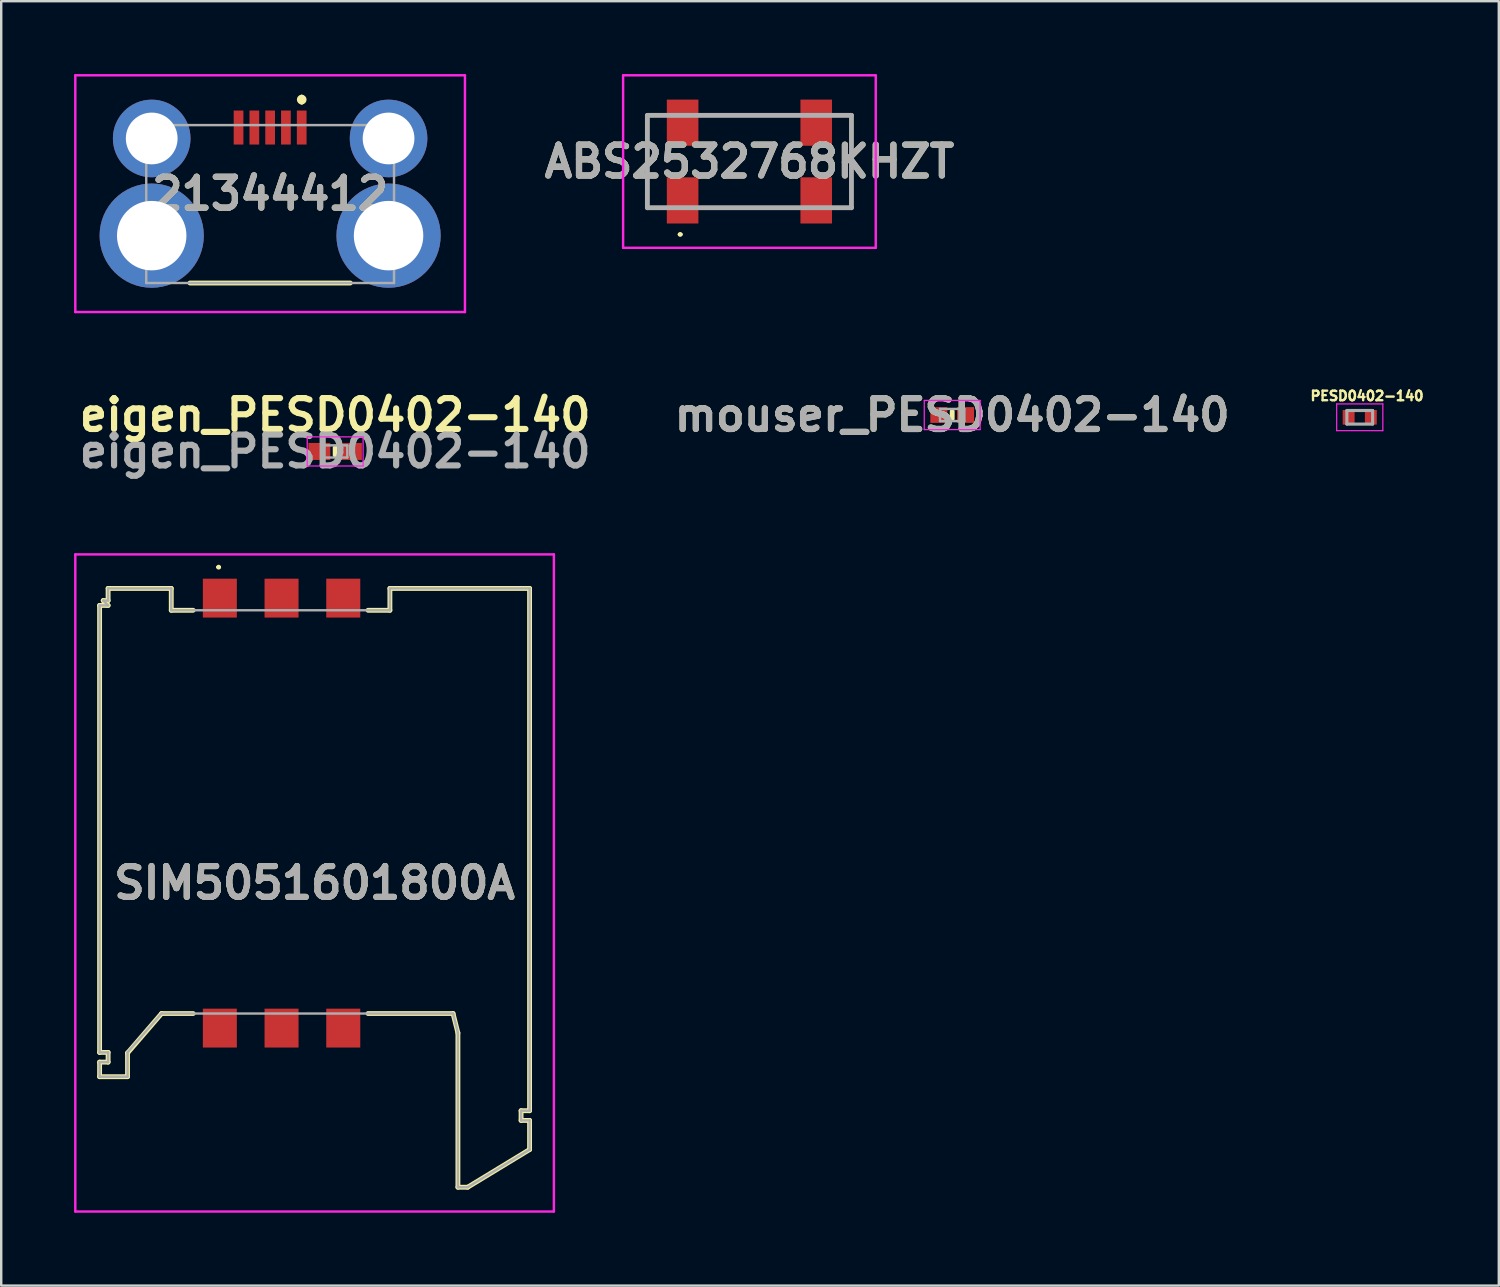
<source format=kicad_pcb>
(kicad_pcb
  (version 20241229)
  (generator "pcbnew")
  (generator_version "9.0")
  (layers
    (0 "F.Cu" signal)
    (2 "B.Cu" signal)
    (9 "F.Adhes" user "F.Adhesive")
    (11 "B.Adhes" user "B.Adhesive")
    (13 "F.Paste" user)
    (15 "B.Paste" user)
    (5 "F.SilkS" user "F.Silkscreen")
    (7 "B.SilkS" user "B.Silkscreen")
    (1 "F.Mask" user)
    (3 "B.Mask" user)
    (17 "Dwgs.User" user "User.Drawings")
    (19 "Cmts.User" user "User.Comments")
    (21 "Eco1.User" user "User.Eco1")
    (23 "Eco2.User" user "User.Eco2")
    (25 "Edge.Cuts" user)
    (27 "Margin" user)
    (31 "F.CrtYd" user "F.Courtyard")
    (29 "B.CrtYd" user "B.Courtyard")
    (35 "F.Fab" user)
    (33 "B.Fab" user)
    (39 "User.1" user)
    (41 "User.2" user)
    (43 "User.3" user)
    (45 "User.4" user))
  (footprint "eigen_PESD0402-140"
    (layer "F.Cu")
    (at 10.747 15.534)
    (property "Reference" "eigen_PESD0402-140" (at 0 -1.5 0) (layer "F.SilkS") (effects (font (size 1.27 1.27) (thickness 0.254))))
    (attr smd)
    (fp_line (start 0 -0.15) (end 0 0.15) (stroke (width 0.2) (type solid)) (layer "F.SilkS"))
    (fp_line (start -1.15 -0.6) (end 1.15 -0.6) (stroke (width 0.05) (type solid)) (layer "F.CrtYd"))
    (fp_line (start -1.15 0.6) (end -1.15 -0.6) (stroke (width 0.05) (type solid)) (layer "F.CrtYd"))
    (fp_line (start 1.15 -0.6) (end 1.15 0.6) (stroke (width 0.05) (type solid)) (layer "F.CrtYd"))
    (fp_line (start 1.15 0.6) (end -1.15 0.6) (stroke (width 0.05) (type solid)) (layer "F.CrtYd"))
    (fp_line (start -0.5 -0.25) (end 0.5 -0.25) (stroke (width 0.1) (type solid)) (layer "F.Fab"))
    (fp_line (start -0.5 0.25) (end -0.5 -0.25) (stroke (width 0.1) (type solid)) (layer "F.Fab"))
    (fp_line (start 0.5 -0.25) (end 0.5 0.25) (stroke (width 0.1) (type solid)) (layer "F.Fab"))
    (fp_line (start 0.5 0.25) (end -0.5 0.25) (stroke (width 0.1) (type solid)) (layer "F.Fab"))
    (fp_text user "${REFERENCE}" (at 0 0 0) (layer "F.Fab") (effects (font (size 1.27 1.27) (thickness 0.254))))
    (pad "1" smd rect (at -0.65 0 90) (size 0.7 0.9) (layers "F.Cu" "F.Mask" "F.Paste"))
    (pad "2" smd rect (at 0.65 0 90) (size 0.7 0.9) (layers "F.Cu" "F.Mask" "F.Paste")))
  (footprint "PESD0402-140"
    (layer "F.Cu")
    (at 52.924 14.128)
    (property "Reference" "PESD0402-140" (at 0.3 -0.88 0) (layer "F.SilkS") (effects (font (size 0.394 0.394) (thickness 0.15))))
    (attr smd)
    (fp_line (start -0.95 -0.55) (end 0.95 -0.55) (stroke (width 0.05) (type solid)) (layer "F.CrtYd"))
    (fp_line (start -0.95 0.55) (end -0.95 -0.55) (stroke (width 0.05) (type solid)) (layer "F.CrtYd"))
    (fp_line (start -0.95 0.55) (end 0.95 0.55) (stroke (width 0.05) (type solid)) (layer "F.CrtYd"))
    (fp_line (start 0.95 0.55) (end 0.95 -0.55) (stroke (width 0.05) (type solid)) (layer "F.CrtYd"))
    (fp_line (start -0.53 0.28) (end -0.53 -0.28) (stroke (width 0.127) (type solid)) (layer "F.Fab"))
    (fp_line (start 0.53 -0.28) (end -0.53 -0.28) (stroke (width 0.127) (type solid)) (layer "F.Fab"))
    (fp_line (start 0.53 0.28) (end -0.53 0.28) (stroke (width 0.127) (type solid)) (layer "F.Fab"))
    (fp_line (start 0.53 0.28) (end 0.53 -0.28) (stroke (width 0.127) (type solid)) (layer "F.Fab"))
    (pad "1" smd rect (at -0.457 0) (size 0.49 0.6) (layers "F.Cu" "F.Mask" "F.Paste"))
    (pad "2" smd rect (at 0.457 0) (size 0.49 0.6) (layers "F.Cu" "F.Mask" "F.Paste")))
  (footprint "21344412"
    (layer "F.Cu")
    (at 8.07 6.65)
    (property "Reference" "21344412" (at 0 -1.727 0) (layer "F.SilkS") (effects (font (size 1.27 1.27) (thickness 0.254))))
    (attr through_hole)
    (fp_line (start -3.3 1.95) (end 3.3 1.95) (stroke (width 0.2) (type solid)) (layer "F.SilkS"))
    (fp_line (start 1.3 -5.7) (end 1.3 -5.7) (stroke (width 0.2) (type solid)) (layer "F.SilkS"))
    (fp_line (start 1.3 -5.5) (end 1.3 -5.5) (stroke (width 0.2) (type solid)) (layer "F.SilkS"))
    (fp_arc (start 1.3 -5.7) (mid 1.4 -5.6) (end 1.3 -5.5) (stroke (width 0.2) (type solid)) (layer "F.SilkS"))
    (fp_arc (start 1.3 -5.5) (mid 1.2 -5.6) (end 1.3 -5.7) (stroke (width 0.2) (type solid)) (layer "F.SilkS"))
    (fp_line (start -8.02 -6.6) (end 8.02 -6.6) (stroke (width 0.1) (type solid)) (layer "F.CrtYd"))
    (fp_line (start -8.02 3.145) (end -8.02 -6.6) (stroke (width 0.1) (type solid)) (layer "F.CrtYd"))
    (fp_line (start 8.02 -6.6) (end 8.02 3.145) (stroke (width 0.1) (type solid)) (layer "F.CrtYd"))
    (fp_line (start 8.02 3.145) (end -8.02 3.145) (stroke (width 0.1) (type solid)) (layer "F.CrtYd"))
    (fp_line (start -5.1 -4.55) (end 5.1 -4.55) (stroke (width 0.1) (type solid)) (layer "F.Fab"))
    (fp_line (start -5.1 1.95) (end -5.1 -4.55) (stroke (width 0.1) (type solid)) (layer "F.Fab"))
    (fp_line (start 5.1 -4.55) (end 5.1 1.95) (stroke (width 0.1) (type solid)) (layer "F.Fab"))
    (fp_line (start 5.1 1.95) (end -5.1 1.95) (stroke (width 0.1) (type solid)) (layer "F.Fab"))
    (fp_text user "${REFERENCE}" (at 0 -1.727 0) (layer "F.Fab") (effects (font (size 1.27 1.27) (thickness 0.254))))
    (pad "1" smd rect (at 1.3 -4.45) (size 0.4 1.4) (layers "F.Cu" "F.Mask" "F.Paste"))
    (pad "2" smd rect (at 0.65 -4.45) (size 0.4 1.4) (layers "F.Cu" "F.Mask" "F.Paste"))
    (pad "3" smd rect (at 0 -4.45) (size 0.4 1.4) (layers "F.Cu" "F.Mask" "F.Paste"))
    (pad "4" smd rect (at -0.65 -4.45) (size 0.4 1.4) (layers "F.Cu" "F.Mask" "F.Paste"))
    (pad "5" smd rect (at -1.3 -4.45) (size 0.4 1.4) (layers "F.Cu" "F.Mask" "F.Paste"))
    (pad "6" thru_hole circle (at -4.875 -4) (size 3.195 3.195) (drill 2.13) (layers "*.Cu" "*.Mask"))
    (pad "6" thru_hole circle (at -4.875 0) (size 4.29 4.29) (drill 2.86) (layers "*.Cu" "*.Mask"))
    (pad "6" thru_hole circle (at 4.875 -4) (size 3.195 3.195) (drill 2.13) (layers "*.Cu" "*.Mask"))
    (pad "6" thru_hole circle (at 4.875 0) (size 4.29 4.29) (drill 2.86) (layers "*.Cu" "*.Mask")))
  (footprint "ABS2532768KHZT"
    (layer "F.Cu")
    (at 27.8 3.6)
    (property "Reference" "ABS2532768KHZT" (at 0 0 0) (layer "F.SilkS") (effects (font (size 1.27 1.27) (thickness 0.254))))
    (attr smd)
    (fp_line (start -4.2 -1.9) (end -4.2 1.9) (stroke (width 0.1) (type solid)) (layer "F.SilkS"))
    (fp_line (start -4.2 1.9) (end -3.8 1.9) (stroke (width 0.1) (type solid)) (layer "F.SilkS"))
    (fp_line (start -3.8 -1.9) (end -4.2 -1.9) (stroke (width 0.1) (type solid)) (layer "F.SilkS"))
    (fp_line (start -2.9 3) (end -2.9 3) (stroke (width 0.1) (type solid)) (layer "F.SilkS"))
    (fp_line (start -2.8 3) (end -2.8 3) (stroke (width 0.1) (type solid)) (layer "F.SilkS"))
    (fp_line (start -1.8 -1.9) (end 1.8 -1.9) (stroke (width 0.1) (type solid)) (layer "F.SilkS"))
    (fp_line (start -1.8 1.9) (end 1.8 1.9) (stroke (width 0.1) (type solid)) (layer "F.SilkS"))
    (fp_line (start 3.8 -1.9) (end 4.2 -1.9) (stroke (width 0.1) (type solid)) (layer "F.SilkS"))
    (fp_line (start 4 1.9) (end 3.8 1.9) (stroke (width 0.1) (type solid)) (layer "F.SilkS"))
    (fp_line (start 4.2 -1.9) (end 4.2 1.9) (stroke (width 0.1) (type solid)) (layer "F.SilkS"))
    (fp_line (start 4.2 1.9) (end 4 1.9) (stroke (width 0.1) (type solid)) (layer "F.SilkS"))
    (fp_arc (start -2.9 3) (mid -2.85 2.95) (end -2.8 3) (stroke (width 0.1) (type solid)) (layer "F.SilkS"))
    (fp_arc (start -2.8 3) (mid -2.85 3.05) (end -2.9 3) (stroke (width 0.1) (type solid)) (layer "F.SilkS"))
    (fp_line (start -5.2 -3.55) (end 5.2 -3.55) (stroke (width 0.1) (type solid)) (layer "F.CrtYd"))
    (fp_line (start -5.2 3.55) (end -5.2 -3.55) (stroke (width 0.1) (type solid)) (layer "F.CrtYd"))
    (fp_line (start 5.2 -3.55) (end 5.2 3.55) (stroke (width 0.1) (type solid)) (layer "F.CrtYd"))
    (fp_line (start 5.2 3.55) (end -5.2 3.55) (stroke (width 0.1) (type solid)) (layer "F.CrtYd"))
    (fp_line (start -4.2 -1.9) (end 4.2 -1.9) (stroke (width 0.2) (type solid)) (layer "F.Fab"))
    (fp_line (start -4.2 1.9) (end -4.2 -1.9) (stroke (width 0.2) (type solid)) (layer "F.Fab"))
    (fp_line (start 4.2 -1.9) (end 4.2 1.9) (stroke (width 0.2) (type solid)) (layer "F.Fab"))
    (fp_line (start 4.2 1.9) (end -4.2 1.9) (stroke (width 0.2) (type solid)) (layer "F.Fab"))
    (fp_text user "${REFERENCE}" (at 0 0 0) (layer "F.Fab") (effects (font (size 1.27 1.27) (thickness 0.254))))
    (pad "1" smd rect (at -2.75 1.6) (size 1.3 1.9) (layers "F.Cu" "F.Mask" "F.Paste"))
    (pad "2" smd rect (at 2.75 1.6) (size 1.3 1.9) (layers "F.Cu" "F.Mask" "F.Paste"))
    (pad "3" smd rect (at 2.75 -1.6) (size 1.3 1.9) (layers "F.Cu" "F.Mask" "F.Paste"))
    (pad "4" smd rect (at -2.75 -1.6) (size 1.3 1.9) (layers "F.Cu" "F.Mask" "F.Paste")))
  (footprint "SIM5051601800A"
    (layer "F.Cu")
    (at 9.9 33.497)
    (property "Reference" "SIM5051601800A" (at 0 -0.2 0) (layer "F.SilkS") (effects (font (size 1.27 1.27) (thickness 0.254))))
    (attr smd)
    (fp_line (start -8.85 -11.625) (end -8.85 6.775) (stroke (width 0.2) (type solid)) (layer "F.SilkS"))
    (fp_line (start -8.85 6.775) (end -8.5 6.775) (stroke (width 0.2) (type solid)) (layer "F.SilkS"))
    (fp_line (start -8.85 7.175) (end -8.85 7.775) (stroke (width 0.2) (type solid)) (layer "F.SilkS"))
    (fp_line (start -8.85 7.775) (end -7.7 7.775) (stroke (width 0.2) (type solid)) (layer "F.SilkS"))
    (fp_line (start -8.7 -11.825) (end -8.5 -11.625) (stroke (width 0.2) (type solid)) (layer "F.SilkS"))
    (fp_line (start -8.5 -12.325) (end -8.5 -11.825) (stroke (width 0.2) (type solid)) (layer "F.SilkS"))
    (fp_line (start -8.5 -11.825) (end -8.7 -11.825) (stroke (width 0.2) (type solid)) (layer "F.SilkS"))
    (fp_line (start -8.5 -11.625) (end -8.85 -11.625) (stroke (width 0.2) (type solid)) (layer "F.SilkS"))
    (fp_line (start -8.5 6.775) (end -8.5 7.175) (stroke (width 0.2) (type solid)) (layer "F.SilkS"))
    (fp_line (start -8.5 7.175) (end -8.85 7.175) (stroke (width 0.2) (type solid)) (layer "F.SilkS"))
    (fp_line (start -7.7 6.8) (end -6.3 5.175) (stroke (width 0.2) (type solid)) (layer "F.SilkS"))
    (fp_line (start -7.7 7.775) (end -7.7 6.8) (stroke (width 0.2) (type solid)) (layer "F.SilkS"))
    (fp_line (start -6.3 5.175) (end -5 5.175) (stroke (width 0.2) (type solid)) (layer "F.SilkS"))
    (fp_line (start -5.9 -12.325) (end -8.5 -12.325) (stroke (width 0.2) (type solid)) (layer "F.SilkS"))
    (fp_line (start -5.9 -11.425) (end -5.9 -12.325) (stroke (width 0.2) (type solid)) (layer "F.SilkS"))
    (fp_line (start -5 -11.425) (end -5.9 -11.425) (stroke (width 0.2) (type solid)) (layer "F.SilkS"))
    (fp_line (start -4 -13.2) (end -4 -13.2) (stroke (width 0.1) (type solid)) (layer "F.SilkS"))
    (fp_line (start -3.9 -13.2) (end -3.9 -13.2) (stroke (width 0.1) (type solid)) (layer "F.SilkS"))
    (fp_line (start 2.2 5.175) (end 5.7 5.175) (stroke (width 0.2) (type solid)) (layer "F.SilkS"))
    (fp_line (start 3.1 -12.325) (end 3.1 -11.425) (stroke (width 0.2) (type solid)) (layer "F.SilkS"))
    (fp_line (start 3.1 -11.425) (end 2.2 -11.425) (stroke (width 0.2) (type solid)) (layer "F.SilkS"))
    (fp_line (start 5.7 5.175) (end 5.9 5.975) (stroke (width 0.2) (type solid)) (layer "F.SilkS"))
    (fp_line (start 5.9 5.975) (end 5.9 12.325) (stroke (width 0.2) (type solid)) (layer "F.SilkS"))
    (fp_line (start 5.9 12.325) (end 6.3 12.325) (stroke (width 0.2) (type solid)) (layer "F.SilkS"))
    (fp_line (start 6.3 12.325) (end 8.85 10.775) (stroke (width 0.2) (type solid)) (layer "F.SilkS"))
    (fp_line (start 8.5 9.175) (end 8.85 9.175) (stroke (width 0.2) (type solid)) (layer "F.SilkS"))
    (fp_line (start 8.5 9.575) (end 8.5 9.175) (stroke (width 0.2) (type solid)) (layer "F.SilkS"))
    (fp_line (start 8.85 -12.325) (end 3.1 -12.325) (stroke (width 0.2) (type solid)) (layer "F.SilkS"))
    (fp_line (start 8.85 9.175) (end 8.85 -12.325) (stroke (width 0.2) (type solid)) (layer "F.SilkS"))
    (fp_line (start 8.85 9.575) (end 8.5 9.575) (stroke (width 0.2) (type solid)) (layer "F.SilkS"))
    (fp_line (start 8.85 10.775) (end 8.85 9.575) (stroke (width 0.2) (type solid)) (layer "F.SilkS"))
    (fp_arc (start -4 -13.2) (mid -3.95 -13.25) (end -3.9 -13.2) (stroke (width 0.1) (type solid)) (layer "F.SilkS"))
    (fp_arc (start -3.9 -13.2) (mid -3.95 -13.15) (end -4 -13.2) (stroke (width 0.1) (type solid)) (layer "F.SilkS"))
    (fp_line (start -9.85 -13.725) (end 9.85 -13.725) (stroke (width 0.1) (type solid)) (layer "F.CrtYd"))
    (fp_line (start -9.85 13.325) (end -9.85 -13.725) (stroke (width 0.1) (type solid)) (layer "F.CrtYd"))
    (fp_line (start 9.85 -13.725) (end 9.85 13.325) (stroke (width 0.1) (type solid)) (layer "F.CrtYd"))
    (fp_line (start 9.85 13.325) (end -9.85 13.325) (stroke (width 0.1) (type solid)) (layer "F.CrtYd"))
    (fp_line (start -8.85 -11.625) (end -8.85 6.775) (stroke (width 0.1) (type solid)) (layer "F.Fab"))
    (fp_line (start -8.85 6.775) (end -8.5 6.775) (stroke (width 0.1) (type solid)) (layer "F.Fab"))
    (fp_line (start -8.85 7.175) (end -8.85 7.775) (stroke (width 0.1) (type solid)) (layer "F.Fab"))
    (fp_line (start -8.85 7.775) (end -7.7 7.775) (stroke (width 0.1) (type solid)) (layer "F.Fab"))
    (fp_line (start -8.7 -11.825) (end -8.5 -11.625) (stroke (width 0.1) (type solid)) (layer "F.Fab"))
    (fp_line (start -8.5 -12.325) (end -8.5 -11.825) (stroke (width 0.1) (type solid)) (layer "F.Fab"))
    (fp_line (start -8.5 -11.825) (end -8.7 -11.825) (stroke (width 0.1) (type solid)) (layer "F.Fab"))
    (fp_line (start -8.5 -11.625) (end -8.85 -11.625) (stroke (width 0.1) (type solid)) (layer "F.Fab"))
    (fp_line (start -8.5 6.775) (end -8.5 7.175) (stroke (width 0.1) (type solid)) (layer "F.Fab"))
    (fp_line (start -8.5 7.175) (end -8.85 7.175) (stroke (width 0.1) (type solid)) (layer "F.Fab"))
    (fp_line (start -7.7 6.775) (end -6.3 5.175) (stroke (width 0.1) (type solid)) (layer "F.Fab"))
    (fp_line (start -7.7 7.775) (end -7.7 6.775) (stroke (width 0.1) (type solid)) (layer "F.Fab"))
    (fp_line (start -6.3 5.175) (end 5.7 5.175) (stroke (width 0.1) (type solid)) (layer "F.Fab"))
    (fp_line (start -5.9 -12.325) (end -8.5 -12.325) (stroke (width 0.1) (type solid)) (layer "F.Fab"))
    (fp_line (start -5.9 -11.425) (end -5.9 -12.325) (stroke (width 0.1) (type solid)) (layer "F.Fab"))
    (fp_line (start 3.1 -12.325) (end 3.1 -11.425) (stroke (width 0.1) (type solid)) (layer "F.Fab"))
    (fp_line (start 3.1 -11.425) (end -5.9 -11.425) (stroke (width 0.1) (type solid)) (layer "F.Fab"))
    (fp_line (start 5.7 5.175) (end 5.9 5.975) (stroke (width 0.1) (type solid)) (layer "F.Fab"))
    (fp_line (start 5.9 5.975) (end 5.9 12.325) (stroke (width 0.1) (type solid)) (layer "F.Fab"))
    (fp_line (start 5.9 12.325) (end 6.3 12.325) (stroke (width 0.1) (type solid)) (layer "F.Fab"))
    (fp_line (start 6.3 12.325) (end 8.85 10.775) (stroke (width 0.1) (type solid)) (layer "F.Fab"))
    (fp_line (start 8.5 9.175) (end 8.85 9.175) (stroke (width 0.1) (type solid)) (layer "F.Fab"))
    (fp_line (start 8.5 9.575) (end 8.5 9.175) (stroke (width 0.1) (type solid)) (layer "F.Fab"))
    (fp_line (start 8.85 -12.325) (end 3.1 -12.325) (stroke (width 0.1) (type solid)) (layer "F.Fab"))
    (fp_line (start 8.85 9.175) (end 8.85 -12.325) (stroke (width 0.1) (type solid)) (layer "F.Fab"))
    (fp_line (start 8.85 9.575) (end 8.5 9.575) (stroke (width 0.1) (type solid)) (layer "F.Fab"))
    (fp_line (start 8.85 10.775) (end 8.85 9.575) (stroke (width 0.1) (type solid)) (layer "F.Fab"))
    (fp_text user "${REFERENCE}" (at 0 -0.2 0) (layer "F.Fab") (effects (font (size 1.27 1.27) (thickness 0.254))))
    (pad "1" smd rect (at -3.9 -11.925) (size 1.4 1.6) (layers "F.Cu" "F.Mask" "F.Paste"))
    (pad "2" smd rect (at -1.36 -11.925) (size 1.4 1.6) (layers "F.Cu" "F.Mask" "F.Paste"))
    (pad "3" smd rect (at 1.18 -11.925) (size 1.4 1.6) (layers "F.Cu" "F.Mask" "F.Paste"))
    (pad "5" smd rect (at -3.9 5.775) (size 1.4 1.6) (layers "F.Cu" "F.Mask" "F.Paste"))
    (pad "6" smd rect (at -1.36 5.775) (size 1.4 1.6) (layers "F.Cu" "F.Mask" "F.Paste"))
    (pad "7" smd rect (at 1.18 5.775) (size 1.4 1.6) (layers "F.Cu" "F.Mask" "F.Paste")))
  (footprint "mouser_PESD0402-140"
    (layer "F.Cu")
    (at 36.147 14.034)
    (property "Reference" "mouser_PESD0402-140" (at 0 0 0) (layer "F.SilkS") (effects (font (size 1.27 1.27) (thickness 0.254))))
    (attr smd)
    (fp_line (start 0 -0.15) (end 0 0.15) (stroke (width 0.2) (type solid)) (layer "F.SilkS"))
    (fp_line (start -1.15 -0.6) (end 1.15 -0.6) (stroke (width 0.05) (type solid)) (layer "F.CrtYd"))
    (fp_line (start -1.15 0.6) (end -1.15 -0.6) (stroke (width 0.05) (type solid)) (layer "F.CrtYd"))
    (fp_line (start 1.15 -0.6) (end 1.15 0.6) (stroke (width 0.05) (type solid)) (layer "F.CrtYd"))
    (fp_line (start 1.15 0.6) (end -1.15 0.6) (stroke (width 0.05) (type solid)) (layer "F.CrtYd"))
    (fp_line (start -0.5 -0.25) (end 0.5 -0.25) (stroke (width 0.1) (type solid)) (layer "F.Fab"))
    (fp_line (start -0.5 0.25) (end -0.5 -0.25) (stroke (width 0.1) (type solid)) (layer "F.Fab"))
    (fp_line (start 0.5 -0.25) (end 0.5 0.25) (stroke (width 0.1) (type solid)) (layer "F.Fab"))
    (fp_line (start 0.5 0.25) (end -0.5 0.25) (stroke (width 0.1) (type solid)) (layer "F.Fab"))
    (fp_text user "${REFERENCE}" (at 0 0 0) (layer "F.Fab") (effects (font (size 1.27 1.27) (thickness 0.254))))
    (pad "1" smd rect (at -0.55 0 90) (size 0.65 0.7) (layers "F.Cu" "F.Mask" "F.Paste"))
    (pad "2" smd rect (at 0.55 0 90) (size 0.65 0.7) (layers "F.Cu" "F.Mask" "F.Paste")))
  (gr_rect
    (start -3 -3)
    (end 58.648 49.872)
    (stroke (width 0.1) (type default))
    (fill no)
    (layer "Edge.Cuts")))
</source>
